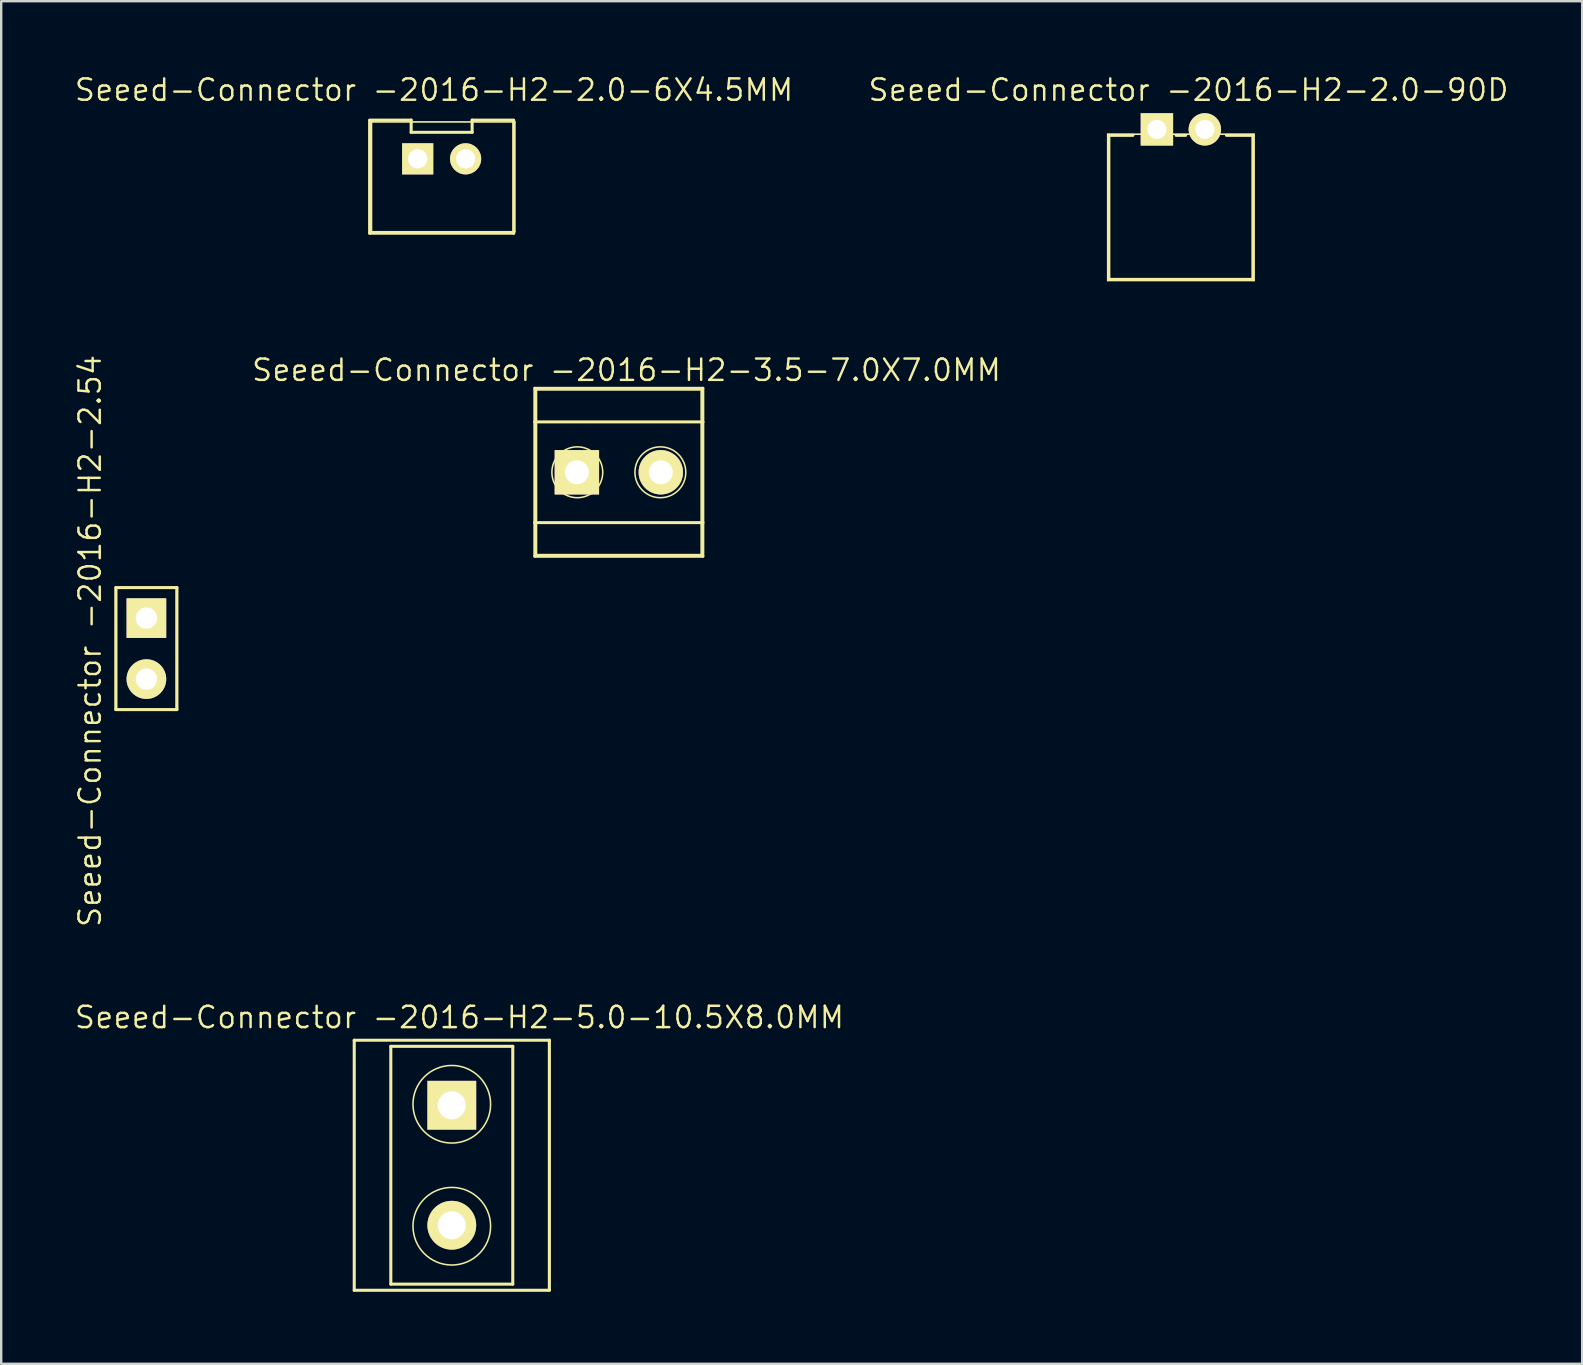
<source format=kicad_pcb>
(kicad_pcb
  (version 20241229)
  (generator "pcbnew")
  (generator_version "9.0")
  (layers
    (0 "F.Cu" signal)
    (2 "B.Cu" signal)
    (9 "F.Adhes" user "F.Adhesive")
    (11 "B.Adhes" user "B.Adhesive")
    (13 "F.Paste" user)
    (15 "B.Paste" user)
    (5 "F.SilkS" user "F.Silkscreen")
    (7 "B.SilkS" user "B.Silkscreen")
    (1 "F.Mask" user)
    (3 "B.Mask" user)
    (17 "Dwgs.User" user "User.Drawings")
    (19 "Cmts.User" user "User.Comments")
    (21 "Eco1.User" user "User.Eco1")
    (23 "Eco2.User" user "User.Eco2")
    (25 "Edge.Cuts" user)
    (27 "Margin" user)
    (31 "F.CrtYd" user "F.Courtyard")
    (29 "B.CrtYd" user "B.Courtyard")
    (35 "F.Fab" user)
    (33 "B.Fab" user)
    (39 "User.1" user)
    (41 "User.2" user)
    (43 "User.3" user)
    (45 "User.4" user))
  (footprint "Seeed-Connector -2016-H2-3.5-7.0X7.0MM"
    (layer "F.Cu")
    (at 22.727 16.622)
    (property "Reference" "Seeed-Connector -2016-H2-3.5-7.0X7.0MM" (at 0.318 -4.255 0) (layer "F.SilkS") (effects (font (size 0.889 0.889) (thickness 0.102))))
    (attr exclude_from_pos_files exclude_from_bom)
    (fp_line (start -3.498 -3.498) (end 3.498 -3.498) (stroke (width 0.127) (type solid)) (layer "F.SilkS"))
    (fp_line (start -3.498 -2.098) (end -3.498 -3.498) (stroke (width 0.127) (type solid)) (layer "F.SilkS"))
    (fp_line (start -3.498 -2.098) (end 3.498 -2.098) (stroke (width 0.127) (type solid)) (layer "F.SilkS"))
    (fp_line (start -3.498 2.098) (end -3.498 -2.098) (stroke (width 0.127) (type solid)) (layer "F.SilkS"))
    (fp_line (start -3.498 2.098) (end 3.498 2.098) (stroke (width 0.127) (type solid)) (layer "F.SilkS"))
    (fp_line (start -3.498 3.498) (end -3.498 2.098) (stroke (width 0.127) (type solid)) (layer "F.SilkS"))
    (fp_line (start -3.429 -3.429) (end 3.429 -3.429) (stroke (width 0.066) (type solid)) (layer "F.SilkS"))
    (fp_line (start -3.429 3.429) (end -3.429 -3.429) (stroke (width 0.066) (type solid)) (layer "F.SilkS"))
    (fp_line (start -3.429 3.429) (end 3.429 3.429) (stroke (width 0.066) (type solid)) (layer "F.SilkS"))
    (fp_line (start 3.429 3.429) (end 3.429 -3.429) (stroke (width 0.066) (type solid)) (layer "F.SilkS"))
    (fp_line (start 3.498 -3.498) (end 3.498 -2.098) (stroke (width 0.127) (type solid)) (layer "F.SilkS"))
    (fp_line (start 3.498 -2.098) (end 3.498 2.098) (stroke (width 0.127) (type solid)) (layer "F.SilkS"))
    (fp_line (start 3.498 2.098) (end 3.498 3.498) (stroke (width 0.127) (type solid)) (layer "F.SilkS"))
    (fp_line (start 3.498 3.498) (end -3.498 3.498) (stroke (width 0.127) (type solid)) (layer "F.SilkS"))
    (fp_circle (center -1.73 0) (end -2.479 0.749) (stroke (width 0.064) (type solid)) (fill no) (layer "F.SilkS"))
    (fp_circle (center 1.73 0) (end 2.479 0.749) (stroke (width 0.064) (type solid)) (fill no) (layer "F.SilkS"))
    (pad "1" thru_hole rect (at -1.748 0) (size 1.849 1.849) (drill 0.998) (layers "*.Cu" "F.Mask" "F.SilkS" "F.Paste"))
    (pad "2" thru_hole circle (at 1.748 0) (size 1.849 1.849) (drill 0.998) (layers "*.Cu" "F.Mask" "F.SilkS" "F.Paste")))
  (footprint "Seeed-Connector -2016-H2-5.0-10.5X8.0MM"
    (layer "F.Cu")
    (at 15.769 45.487)
    (property "Reference" "Seeed-Connector -2016-H2-5.0-10.5X8.0MM" (at 0.318 -6.16 0) (layer "F.SilkS") (effects (font (size 0.889 0.889) (thickness 0.102))))
    (attr exclude_from_pos_files exclude_from_bom)
    (fp_line (start -4.064 -5.207) (end 4.064 -5.207) (stroke (width 0.066) (type solid)) (layer "F.SilkS"))
    (fp_line (start -4.064 -5.207) (end 4.064 -5.207) (stroke (width 0.127) (type solid)) (layer "F.SilkS"))
    (fp_line (start -4.064 5.207) (end -4.064 -5.207) (stroke (width 0.066) (type solid)) (layer "F.SilkS"))
    (fp_line (start -4.064 5.207) (end -4.064 -5.207) (stroke (width 0.127) (type solid)) (layer "F.SilkS"))
    (fp_line (start -4.064 5.207) (end 4.064 5.207) (stroke (width 0.066) (type solid)) (layer "F.SilkS"))
    (fp_line (start -2.54 -4.953) (end 2.54 -4.953) (stroke (width 0.127) (type solid)) (layer "F.SilkS"))
    (fp_line (start -2.54 4.953) (end -2.54 -4.953) (stroke (width 0.127) (type solid)) (layer "F.SilkS"))
    (fp_line (start 2.54 -4.953) (end 2.54 4.953) (stroke (width 0.127) (type solid)) (layer "F.SilkS"))
    (fp_line (start 2.54 4.953) (end -2.54 4.953) (stroke (width 0.127) (type solid)) (layer "F.SilkS"))
    (fp_line (start 4.064 -5.207) (end 4.064 5.207) (stroke (width 0.127) (type solid)) (layer "F.SilkS"))
    (fp_line (start 4.064 5.207) (end -4.064 5.207) (stroke (width 0.127) (type solid)) (layer "F.SilkS"))
    (fp_line (start 4.064 5.207) (end 4.064 -5.207) (stroke (width 0.066) (type solid)) (layer "F.SilkS"))
    (fp_circle (center 0 -2.54) (end -1.143 -3.683) (stroke (width 0.064) (type solid)) (fill no) (layer "F.SilkS"))
    (fp_circle (center 0 2.54) (end -1.143 3.683) (stroke (width 0.064) (type solid)) (fill no) (layer "F.SilkS"))
    (pad "1" thru_hole rect (at 0 -2.499) (size 2.032 2.032) (drill 1.168) (layers "*.Cu" "F.Mask" "F.SilkS" "F.Paste"))
    (pad "2" thru_hole circle (at 0 2.499) (size 2.032 2.032) (drill 1.168) (layers "*.Cu" "F.Mask" "F.SilkS" "F.Paste")))
  (footprint "Seeed-Connector -2016-H2-2.0-6X4.5MM"
    (layer "F.Cu")
    (at 15.346 4.315)
    (property "Reference" "Seeed-Connector -2016-H2-2.0-6X4.5MM" (at -0.318 -3.617 0) (layer "F.SilkS") (effects (font (size 0.889 0.889) (thickness 0.102))))
    (attr exclude_from_pos_files exclude_from_bom)
    (fp_line (start -3 2.349) (end -3 -2.349) (stroke (width 0.127) (type solid)) (layer "F.SilkS"))
    (fp_line (start -2.997 -2.362) (end -1.27 -2.362) (stroke (width 0.127) (type solid)) (layer "F.SilkS"))
    (fp_line (start -2.921 -2.286) (end 3.048 -2.286) (stroke (width 0.066) (type solid)) (layer "F.SilkS"))
    (fp_line (start -2.921 2.286) (end -2.921 -2.286) (stroke (width 0.066) (type solid)) (layer "F.SilkS"))
    (fp_line (start -2.921 2.286) (end 3.048 2.286) (stroke (width 0.066) (type solid)) (layer "F.SilkS"))
    (fp_line (start -1.27 -2.362) (end -1.27 -1.854) (stroke (width 0.127) (type solid)) (layer "F.SilkS"))
    (fp_line (start -1.27 -1.854) (end 1.27 -1.854) (stroke (width 0.127) (type solid)) (layer "F.SilkS"))
    (fp_line (start 1.27 -1.854) (end 1.27 -2.362) (stroke (width 0.127) (type solid)) (layer "F.SilkS"))
    (fp_line (start 2.997 -2.362) (end 1.27 -2.362) (stroke (width 0.127) (type solid)) (layer "F.SilkS"))
    (fp_line (start 3 -2.349) (end 3 2.349) (stroke (width 0.127) (type solid)) (layer "F.SilkS"))
    (fp_line (start 3 2.349) (end -3 2.349) (stroke (width 0.127) (type solid)) (layer "F.SilkS"))
    (fp_line (start 3.048 2.286) (end 3.048 -2.286) (stroke (width 0.066) (type solid)) (layer "F.SilkS"))
    (pad "+" thru_hole rect (at -0.998 -0.749) (size 1.298 1.298) (drill 0.798) (layers "*.Cu" "F.Mask" "F.SilkS" "F.Paste"))
    (pad "-" thru_hole circle (at 0.998 -0.749) (size 1.298 1.298) (drill 0.798) (layers "*.Cu" "F.Mask" "F.SilkS" "F.Paste")))
  (footprint "Seeed-Connector -2016-H2-2.0-90D"
    (layer "F.Cu")
    (at 46.138 5.588)
    (property "Reference" "Seeed-Connector -2016-H2-2.0-90D" (at 0.318 -4.889 0) (layer "F.SilkS") (effects (font (size 0.889 0.889) (thickness 0.102))))
    (attr exclude_from_pos_files exclude_from_bom)
    (fp_line (start -3.048 -3.048) (end 3.048 -3.048) (stroke (width 0.066) (type solid)) (layer "F.SilkS"))
    (fp_line (start -3.048 3.048) (end -3.048 -3.048) (stroke (width 0.066) (type solid)) (layer "F.SilkS"))
    (fp_line (start -3.048 3.048) (end 3.048 3.048) (stroke (width 0.066) (type solid)) (layer "F.SilkS"))
    (fp_line (start -3 -3) (end -1.999 -3) (stroke (width 0.127) (type solid)) (layer "F.SilkS"))
    (fp_line (start -3 3) (end -3 -3) (stroke (width 0.127) (type solid)) (layer "F.SilkS"))
    (fp_line (start -0.198 -3) (end 0.198 -3) (stroke (width 0.127) (type solid)) (layer "F.SilkS"))
    (fp_line (start 1.9 -3) (end 3 -3) (stroke (width 0.127) (type solid)) (layer "F.SilkS"))
    (fp_line (start 3 -3) (end 3 3) (stroke (width 0.127) (type solid)) (layer "F.SilkS"))
    (fp_line (start 3 3) (end -3 3) (stroke (width 0.127) (type solid)) (layer "F.SilkS"))
    (fp_line (start 3.048 3.048) (end 3.048 -3.048) (stroke (width 0.066) (type solid)) (layer "F.SilkS"))
    (pad "+" thru_hole rect (at -0.998 -3.249) (size 1.349 1.349) (drill 0.798) (layers "*.Cu" "F.Mask" "F.SilkS" "F.Paste"))
    (pad "-" thru_hole circle (at 0.998 -3.249) (size 1.349 1.349) (drill 0.798) (layers "*.Cu" "F.Mask" "F.SilkS" "F.Paste")))
  (footprint "Seeed-Connector -2016-H2-2.54"
    (layer "F.Cu")
    (at 3.048 23.967)
    (property "Reference" "Seeed-Connector -2016-H2-2.54" (at -2.349 -0.318 90) (layer "F.SilkS") (effects (font (size 0.889 0.889) (thickness 0.102))))
    (attr exclude_from_pos_files exclude_from_bom)
    (fp_line (start -1.27 -2.54) (end 1.27 -2.54) (stroke (width 0.066) (type solid)) (layer "F.SilkS"))
    (fp_line (start -1.27 -2.54) (end 1.27 -2.54) (stroke (width 0.1) (type solid)) (layer "F.SilkS"))
    (fp_line (start -1.27 -2.54) (end 1.27 -2.54) (stroke (width 0.127) (type solid)) (layer "F.SilkS"))
    (fp_line (start -1.27 2.54) (end -1.27 -2.54) (stroke (width 0.066) (type solid)) (layer "F.SilkS"))
    (fp_line (start -1.27 2.54) (end -1.27 -2.54) (stroke (width 0.1) (type solid)) (layer "F.SilkS"))
    (fp_line (start -1.27 2.54) (end -1.27 -2.54) (stroke (width 0.127) (type solid)) (layer "F.SilkS"))
    (fp_line (start -1.27 2.54) (end 1.27 2.54) (stroke (width 0.066) (type solid)) (layer "F.SilkS"))
    (fp_line (start 1.27 -2.54) (end 1.27 2.54) (stroke (width 0.1) (type solid)) (layer "F.SilkS"))
    (fp_line (start 1.27 -2.54) (end 1.27 2.54) (stroke (width 0.127) (type solid)) (layer "F.SilkS"))
    (fp_line (start 1.27 2.54) (end -1.27 2.54) (stroke (width 0.127) (type solid)) (layer "F.SilkS"))
    (fp_line (start 1.27 2.54) (end 1.27 -2.54) (stroke (width 0.066) (type solid)) (layer "F.SilkS"))
    (pad "1" thru_hole rect (at 0 -1.27) (size 1.651 1.651) (drill 0.889) (layers "*.Cu" "F.Mask" "F.SilkS" "F.Paste"))
    (pad "2" thru_hole circle (at 0 1.27) (size 1.651 1.651) (drill 0.889) (layers "*.Cu" "F.Mask" "F.SilkS" "F.Paste")))
  (gr_rect
    (start -3 -3)
    (end 62.854 53.758)
    (stroke (width 0.1) (type default))
    (fill no)
    (layer "Edge.Cuts")))
</source>
